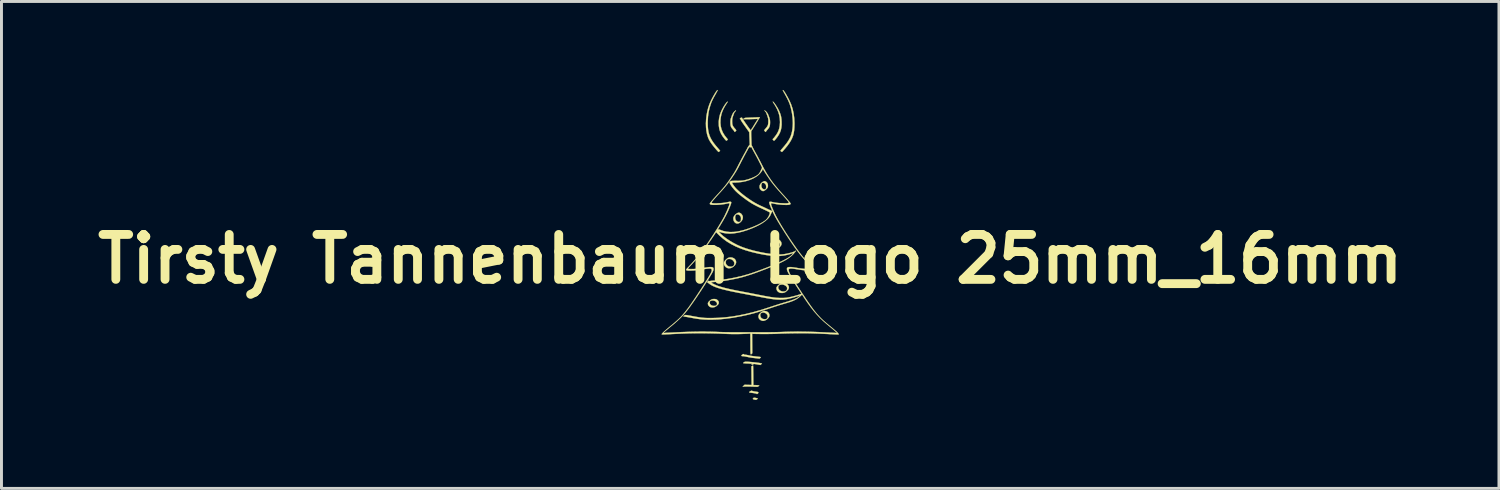
<source format=kicad_pcb>
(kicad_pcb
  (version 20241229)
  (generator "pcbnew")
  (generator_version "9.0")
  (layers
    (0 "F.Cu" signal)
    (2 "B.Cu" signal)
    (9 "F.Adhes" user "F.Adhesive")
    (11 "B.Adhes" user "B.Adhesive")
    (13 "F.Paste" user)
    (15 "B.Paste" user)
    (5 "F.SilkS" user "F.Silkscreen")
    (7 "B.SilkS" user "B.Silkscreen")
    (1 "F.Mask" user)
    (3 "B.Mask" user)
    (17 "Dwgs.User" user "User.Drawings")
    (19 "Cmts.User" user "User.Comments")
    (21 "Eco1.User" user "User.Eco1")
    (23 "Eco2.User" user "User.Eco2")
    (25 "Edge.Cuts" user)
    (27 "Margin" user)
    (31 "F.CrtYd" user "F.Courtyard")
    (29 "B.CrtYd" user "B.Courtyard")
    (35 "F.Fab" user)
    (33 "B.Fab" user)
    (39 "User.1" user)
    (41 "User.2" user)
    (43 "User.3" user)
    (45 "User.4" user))
  (footprint "Tirsty Tannenbaum Logo 25mm_16mm"
    (layer "F.Cu")
    (at 22.396 5.736)
    (property "Reference" "Tirsty Tannenbaum Logo 25mm_16mm" (at 0 0 0) (layer "F.SilkS") (effects (font (size 1.524 1.524) (thickness 0.3))))
    (attr through_hole)
    (fp_poly (pts (xy 0.166 4.707) (xy 0.185 4.711) (xy 0.216 4.717) (xy 0.24 4.724) (xy 0.252 4.728) (xy 0.252 4.729) (xy 0.251 4.737) (xy 0.239 4.749) (xy 0.222 4.762) (xy 0.203 4.772) (xy 0.191 4.774) (xy 0.172 4.772) (xy 0.146 4.767) (xy 0.132 4.764) (xy 0.103 4.755) (xy 0.089 4.745) (xy 0.091 4.733) (xy 0.104 4.718) (xy 0.115 4.708) (xy 0.126 4.704) (xy 0.141 4.704) (xy 0.166 4.707)) (stroke (width 0.01) (type solid)) (fill yes) (layer "F.SilkS"))
    (fp_poly (pts (xy 0.064 4.469) (xy 0.064 4.47) (xy 0.069 4.475) (xy 0.09 4.481) (xy 0.124 4.488) (xy 0.17 4.495) (xy 0.212 4.501) (xy 0.25 4.507) (xy 0.272 4.517) (xy 0.278 4.53) (xy 0.27 4.547) (xy 0.259 4.56) (xy 0.238 4.577) (xy 0.224 4.579) (xy 0.218 4.571) (xy 0.209 4.566) (xy 0.185 4.559) (xy 0.15 4.552) (xy 0.106 4.545) (xy 0.056 4.538) (xy 0.011 4.533) (xy -0.02 4.528) (xy -0.035 4.521) (xy -0.034 4.511) (xy -0.018 4.496) (xy -0.01 4.49) (xy 0.007 4.48) (xy 0.028 4.472) (xy 0.047 4.466) (xy 0.061 4.465) (xy 0.064 4.469)) (stroke (width 0.01) (type solid)) (fill yes) (layer "F.SilkS"))
    (fp_poly (pts (xy 0.096 3.613) (xy 0.097 3.623) (xy 0.098 3.647) (xy 0.099 3.685) (xy 0.1 3.734) (xy 0.101 3.793) (xy 0.102 3.859) (xy 0.103 3.931) (xy 0.103 3.948) (xy 0.106 4.276) (xy 0.186 4.276) (xy 0.224 4.277) (xy 0.257 4.279) (xy 0.281 4.282) (xy 0.287 4.283) (xy 0.308 4.289) (xy 0.283 4.312) (xy 0.255 4.33) (xy 0.233 4.333) (xy 0.217 4.333) (xy 0.186 4.331) (xy 0.146 4.33) (xy 0.098 4.328) (xy 0.047 4.326) (xy -0.01 4.324) (xy -0.066 4.323) (xy -0.118 4.323) (xy -0.161 4.323) (xy -0.186 4.324) (xy -0.258 4.328) (xy -0.226 4.297) (xy -0.193 4.266) (xy -0.073 4.268) (xy 0.047 4.271) (xy 0.043 3.957) (xy 0.04 3.644) (xy 0.066 3.625) (xy 0.084 3.615) (xy 0.095 3.612) (xy 0.096 3.613)) (stroke (width 0.01) (type solid)) (fill yes) (layer "F.SilkS"))
    (fp_poly (pts (xy -0.214 3.226) (xy -0.215 3.231) (xy -0.213 3.239) (xy -0.198 3.243) (xy -0.19 3.243) (xy -0.17 3.245) (xy -0.138 3.249) (xy -0.099 3.256) (xy -0.065 3.263) (xy 0.001 3.277) (xy 0.063 3.288) (xy 0.128 3.297) (xy 0.2 3.306) (xy 0.246 3.311) (xy 0.294 3.316) (xy 0.327 3.32) (xy 0.347 3.324) (xy 0.357 3.329) (xy 0.357 3.336) (xy 0.35 3.345) (xy 0.342 3.354) (xy 0.325 3.369) (xy 0.312 3.377) (xy 0.31 3.377) (xy 0.298 3.376) (xy 0.274 3.373) (xy 0.238 3.369) (xy 0.195 3.364) (xy 0.169 3.361) (xy 0.109 3.354) (xy 0.06 3.348) (xy 0.017 3.341) (xy -0.026 3.334) (xy -0.074 3.324) (xy -0.132 3.312) (xy -0.135 3.311) (xy -0.176 3.303) (xy -0.215 3.297) (xy -0.246 3.294) (xy -0.256 3.294) (xy -0.286 3.291) (xy -0.3 3.283) (xy -0.298 3.27) (xy -0.281 3.251) (xy -0.28 3.251) (xy -0.258 3.235) (xy -0.238 3.225) (xy -0.222 3.222) (xy -0.214 3.226)) (stroke (width 0.01) (type solid)) (fill yes) (layer "F.SilkS"))
    (fp_poly (pts (xy -0.762 -5.339) (xy -0.766 -5.33) (xy -0.778 -5.311) (xy -0.795 -5.284) (xy -0.808 -5.264) (xy -0.868 -5.167) (xy -0.915 -5.077) (xy -0.952 -4.99) (xy -0.979 -4.904) (xy -0.997 -4.815) (xy -1.007 -4.738) (xy -1.011 -4.618) (xy -1 -4.505) (xy -0.974 -4.398) (xy -0.931 -4.296) (xy -0.873 -4.199) (xy -0.805 -4.112) (xy -0.785 -4.088) (xy -0.769 -4.069) (xy -0.762 -4.057) (xy -0.762 -4.057) (xy -0.768 -4.046) (xy -0.782 -4.031) (xy -0.799 -4.018) (xy -0.81 -4.013) (xy -0.819 -4.019) (xy -0.836 -4.036) (xy -0.858 -4.061) (xy -0.878 -4.085) (xy -0.939 -4.166) (xy -0.986 -4.244) (xy -1.022 -4.322) (xy -1.047 -4.404) (xy -1.062 -4.494) (xy -1.066 -4.532) (xy -1.069 -4.657) (xy -1.055 -4.782) (xy -1.025 -4.906) (xy -0.978 -5.027) (xy -0.97 -5.043) (xy -0.943 -5.096) (xy -0.914 -5.149) (xy -0.883 -5.2) (xy -0.852 -5.246) (xy -0.824 -5.284) (xy -0.801 -5.312) (xy -0.788 -5.324) (xy -0.772 -5.335) (xy -0.763 -5.339) (xy -0.762 -5.339)) (stroke (width 0.01) (type solid)) (fill yes) (layer "F.SilkS"))
    (fp_poly (pts (xy 0.956 -0.663) (xy 0.986 -0.648) (xy 1.024 -0.616) (xy 1.049 -0.577) (xy 1.06 -0.535) (xy 1.058 -0.491) (xy 1.042 -0.454) (xy 1.02 -0.426) (xy 0.988 -0.396) (xy 0.953 -0.369) (xy 0.927 -0.354) (xy 0.89 -0.34) (xy 0.847 -0.335) (xy 0.81 -0.338) (xy 0.809 -0.338) (xy 0.758 -0.358) (xy 0.719 -0.387) (xy 0.692 -0.425) (xy 0.679 -0.469) (xy 0.681 -0.513) (xy 0.692 -0.54) (xy 0.695 -0.544) (xy 0.739 -0.544) (xy 0.74 -0.507) (xy 0.753 -0.468) (xy 0.756 -0.462) (xy 0.784 -0.429) (xy 0.823 -0.404) (xy 0.869 -0.391) (xy 0.917 -0.39) (xy 0.954 -0.398) (xy 0.98 -0.415) (xy 0.995 -0.445) (xy 0.999 -0.483) (xy 0.991 -0.528) (xy 0.97 -0.565) (xy 0.937 -0.593) (xy 0.895 -0.612) (xy 0.845 -0.618) (xy 0.8 -0.614) (xy 0.77 -0.601) (xy 0.749 -0.576) (xy 0.739 -0.544) (xy 0.695 -0.544) (xy 0.715 -0.572) (xy 0.745 -0.605) (xy 0.779 -0.634) (xy 0.803 -0.65) (xy 0.852 -0.669) (xy 0.905 -0.674) (xy 0.956 -0.663)) (stroke (width 0.01) (type solid)) (fill yes) (layer "F.SilkS"))
    (fp_poly (pts (xy -0.354 -1.567) (xy -0.316 -1.545) (xy -0.3 -1.53) (xy -0.269 -1.487) (xy -0.252 -1.44) (xy -0.251 -1.391) (xy -0.264 -1.341) (xy -0.291 -1.294) (xy -0.332 -1.251) (xy -0.333 -1.249) (xy -0.377 -1.219) (xy -0.417 -1.204) (xy -0.455 -1.205) (xy -0.491 -1.218) (xy -0.526 -1.245) (xy -0.553 -1.284) (xy -0.569 -1.329) (xy -0.573 -1.377) (xy -0.572 -1.392) (xy -0.571 -1.395) (xy -0.512 -1.395) (xy -0.503 -1.348) (xy -0.481 -1.307) (xy -0.448 -1.276) (xy -0.428 -1.265) (xy -0.394 -1.255) (xy -0.366 -1.258) (xy -0.342 -1.273) (xy -0.329 -1.286) (xy -0.321 -1.301) (xy -0.317 -1.323) (xy -0.315 -1.352) (xy -0.314 -1.389) (xy -0.317 -1.415) (xy -0.326 -1.439) (xy -0.33 -1.447) (xy -0.357 -1.484) (xy -0.393 -1.507) (xy -0.436 -1.515) (xy -0.437 -1.516) (xy -0.466 -1.512) (xy -0.486 -1.498) (xy -0.5 -1.473) (xy -0.509 -1.443) (xy -0.512 -1.395) (xy -0.571 -1.395) (xy -0.556 -1.443) (xy -0.525 -1.49) (xy -0.481 -1.531) (xy -0.43 -1.562) (xy -0.392 -1.573) (xy -0.354 -1.567)) (stroke (width 0.01) (type solid)) (fill yes) (layer "F.SilkS"))
    (fp_poly (pts (xy 0.54 1.769) (xy 0.584 1.789) (xy 0.619 1.82) (xy 0.642 1.86) (xy 0.65 1.895) (xy 0.649 1.932) (xy 0.638 1.966) (xy 0.615 1.999) (xy 0.59 2.025) (xy 0.546 2.061) (xy 0.498 2.085) (xy 0.451 2.097) (xy 0.407 2.095) (xy 0.398 2.092) (xy 0.347 2.069) (xy 0.309 2.038) (xy 0.287 1.998) (xy 0.279 1.953) (xy 0.282 1.92) (xy 0.29 1.896) (xy 0.34 1.896) (xy 0.341 1.919) (xy 0.352 1.965) (xy 0.376 2) (xy 0.413 2.025) (xy 0.461 2.038) (xy 0.493 2.04) (xy 0.525 2.039) (xy 0.547 2.032) (xy 0.563 2.021) (xy 0.581 1.999) (xy 0.59 1.969) (xy 0.59 1.963) (xy 0.588 1.918) (xy 0.569 1.879) (xy 0.536 1.847) (xy 0.513 1.833) (xy 0.466 1.816) (xy 0.423 1.813) (xy 0.386 1.824) (xy 0.359 1.84) (xy 0.344 1.863) (xy 0.34 1.896) (xy 0.29 1.896) (xy 0.292 1.891) (xy 0.311 1.862) (xy 0.342 1.83) (xy 0.347 1.826) (xy 0.387 1.792) (xy 0.425 1.772) (xy 0.464 1.762) (xy 0.489 1.761) (xy 0.54 1.769)) (stroke (width 0.01) (type solid)) (fill yes) (layer "F.SilkS"))
    (fp_poly (pts (xy -0.601 -0.046) (xy -0.556 -0.026) (xy -0.519 0.003) (xy -0.514 0.011) (xy -0.487 0.056) (xy -0.478 0.103) (xy -0.486 0.149) (xy -0.51 0.195) (xy -0.535 0.225) (xy -0.585 0.269) (xy -0.638 0.298) (xy -0.692 0.313) (xy -0.746 0.312) (xy -0.787 0.3) (xy -0.832 0.272) (xy -0.866 0.235) (xy -0.887 0.192) (xy -0.893 0.144) (xy -0.889 0.112) (xy -0.832 0.112) (xy -0.824 0.158) (xy -0.802 0.197) (xy -0.769 0.229) (xy -0.726 0.25) (xy -0.676 0.26) (xy -0.649 0.259) (xy -0.61 0.253) (xy -0.581 0.242) (xy -0.577 0.239) (xy -0.555 0.213) (xy -0.542 0.178) (xy -0.539 0.139) (xy -0.543 0.115) (xy -0.562 0.075) (xy -0.593 0.04) (xy -0.633 0.013) (xy -0.667 0.001) (xy -0.721 -0.005) (xy -0.765 0.003) (xy -0.799 0.022) (xy -0.821 0.054) (xy -0.831 0.097) (xy -0.832 0.112) (xy -0.889 0.112) (xy -0.888 0.108) (xy -0.875 0.081) (xy -0.852 0.049) (xy -0.822 0.016) (xy -0.788 -0.013) (xy -0.756 -0.035) (xy -0.749 -0.038) (xy -0.702 -0.053) (xy -0.651 -0.056) (xy -0.601 -0.046)) (stroke (width 0.01) (type solid)) (fill yes) (layer "F.SilkS"))
    (fp_poly (pts (xy 0.773 -5.337) (xy 0.79 -5.323) (xy 0.811 -5.298) (xy 0.837 -5.265) (xy 0.865 -5.224) (xy 0.894 -5.179) (xy 0.923 -5.132) (xy 0.95 -5.083) (xy 0.973 -5.036) (xy 0.974 -5.036) (xy 1.007 -4.959) (xy 1.032 -4.888) (xy 1.049 -4.817) (xy 1.059 -4.74) (xy 1.064 -4.659) (xy 1.065 -4.552) (xy 1.056 -4.458) (xy 1.038 -4.372) (xy 1.009 -4.291) (xy 0.968 -4.212) (xy 0.914 -4.132) (xy 0.876 -4.083) (xy 0.852 -4.054) (xy 0.831 -4.031) (xy 0.816 -4.017) (xy 0.81 -4.013) (xy 0.796 -4.019) (xy 0.781 -4.03) (xy 0.765 -4.051) (xy 0.765 -4.069) (xy 0.776 -4.082) (xy 0.794 -4.099) (xy 0.817 -4.127) (xy 0.844 -4.162) (xy 0.872 -4.199) (xy 0.897 -4.236) (xy 0.916 -4.267) (xy 0.919 -4.271) (xy 0.958 -4.352) (xy 0.985 -4.436) (xy 1.002 -4.527) (xy 1.009 -4.628) (xy 1.009 -4.649) (xy 1.003 -4.762) (xy 0.986 -4.871) (xy 0.955 -4.977) (xy 0.911 -5.083) (xy 0.853 -5.192) (xy 0.807 -5.265) (xy 0.788 -5.295) (xy 0.773 -5.319) (xy 0.765 -5.335) (xy 0.764 -5.339) (xy 0.773 -5.337)) (stroke (width 0.01) (type solid)) (fill yes) (layer "F.SilkS"))
    (fp_poly (pts (xy -1.195 1.356) (xy -1.159 1.363) (xy -1.149 1.366) (xy -1.126 1.38) (xy -1.102 1.4) (xy -1.094 1.409) (xy -1.076 1.433) (xy -1.068 1.457) (xy -1.067 1.478) (xy -1.068 1.501) (xy -1.074 1.519) (xy -1.088 1.538) (xy -1.106 1.558) (xy -1.156 1.602) (xy -1.21 1.63) (xy -1.267 1.642) (xy -1.325 1.637) (xy -1.345 1.632) (xy -1.382 1.613) (xy -1.411 1.584) (xy -1.43 1.55) (xy -1.437 1.513) (xy -1.431 1.481) (xy -1.416 1.459) (xy -1.416 1.458) (xy -1.376 1.458) (xy -1.375 1.495) (xy -1.361 1.529) (xy -1.334 1.557) (xy -1.298 1.577) (xy -1.256 1.588) (xy -1.209 1.589) (xy -1.175 1.583) (xy -1.147 1.57) (xy -1.131 1.549) (xy -1.126 1.516) (xy -1.126 1.513) (xy -1.134 1.48) (xy -1.155 1.451) (xy -1.187 1.428) (xy -1.226 1.412) (xy -1.269 1.405) (xy -1.312 1.409) (xy -1.342 1.418) (xy -1.364 1.431) (xy -1.374 1.45) (xy -1.376 1.458) (xy -1.416 1.458) (xy -1.392 1.432) (xy -1.362 1.404) (xy -1.331 1.381) (xy -1.309 1.368) (xy -1.278 1.359) (xy -1.237 1.355) (xy -1.195 1.356)) (stroke (width 0.01) (type solid)) (fill yes) (layer "F.SilkS"))
    (fp_poly (pts (xy 0.517 -2.634) (xy 0.551 -2.613) (xy 0.579 -2.581) (xy 0.58 -2.578) (xy 0.595 -2.542) (xy 0.601 -2.5) (xy 0.6 -2.458) (xy 0.589 -2.424) (xy 0.589 -2.423) (xy 0.57 -2.396) (xy 0.541 -2.366) (xy 0.509 -2.339) (xy 0.479 -2.319) (xy 0.472 -2.316) (xy 0.45 -2.307) (xy 0.435 -2.304) (xy 0.419 -2.308) (xy 0.397 -2.317) (xy 0.393 -2.319) (xy 0.357 -2.344) (xy 0.332 -2.379) (xy 0.318 -2.42) (xy 0.316 -2.466) (xy 0.322 -2.488) (xy 0.375 -2.488) (xy 0.383 -2.447) (xy 0.4 -2.411) (xy 0.426 -2.382) (xy 0.458 -2.366) (xy 0.481 -2.362) (xy 0.509 -2.366) (xy 0.526 -2.376) (xy 0.532 -2.391) (xy 0.537 -2.417) (xy 0.54 -2.441) (xy 0.537 -2.491) (xy 0.522 -2.532) (xy 0.498 -2.562) (xy 0.465 -2.58) (xy 0.436 -2.584) (xy 0.413 -2.583) (xy 0.399 -2.576) (xy 0.389 -2.56) (xy 0.38 -2.532) (xy 0.38 -2.53) (xy 0.375 -2.488) (xy 0.322 -2.488) (xy 0.327 -2.511) (xy 0.35 -2.553) (xy 0.358 -2.563) (xy 0.385 -2.589) (xy 0.417 -2.613) (xy 0.448 -2.631) (xy 0.474 -2.641) (xy 0.481 -2.642) (xy 0.517 -2.634)) (stroke (width 0.01) (type solid)) (fill yes) (layer "F.SilkS"))
    (fp_poly (pts (xy -0.108 3.483) (xy -0.059 3.486) (xy -0.002 3.49) (xy 0.06 3.496) (xy 0.124 3.502) (xy 0.187 3.509) (xy 0.246 3.516) (xy 0.299 3.523) (xy 0.343 3.53) (xy 0.373 3.537) (xy 0.375 3.537) (xy 0.399 3.544) (xy 0.373 3.568) (xy 0.347 3.593) (xy 0.269 3.579) (xy 0.216 3.57) (xy 0.176 3.563) (xy 0.149 3.559) (xy 0.13 3.558) (xy 0.117 3.56) (xy 0.107 3.564) (xy 0.099 3.571) (xy 0.095 3.574) (xy 0.08 3.587) (xy 0.078 3.588) (xy 0.086 3.578) (xy 0.088 3.575) (xy 0.097 3.562) (xy 0.095 3.556) (xy 0.095 3.556) (xy 0.082 3.562) (xy 0.08 3.564) (xy 0.069 3.575) (xy 0.057 3.583) (xy 0.044 3.589) (xy 0.044 3.586) (xy 0.053 3.575) (xy 0.063 3.562) (xy 0.061 3.556) (xy 0.055 3.553) (xy 0.042 3.551) (xy 0.016 3.548) (xy -0.021 3.546) (xy -0.066 3.544) (xy -0.101 3.542) (xy -0.156 3.54) (xy -0.195 3.537) (xy -0.221 3.534) (xy -0.235 3.531) (xy -0.24 3.527) (xy -0.24 3.526) (xy -0.227 3.51) (xy -0.205 3.496) (xy -0.179 3.485) (xy -0.17 3.484) (xy -0.146 3.482) (xy -0.108 3.483)) (stroke (width 0.01) (type solid)) (fill yes) (layer "F.SilkS"))
    (fp_poly (pts (xy 0.49 -5.04) (xy 0.507 -5.029) (xy 0.528 -5.012) (xy 0.554 -4.986) (xy 0.576 -4.958) (xy 0.596 -4.925) (xy 0.615 -4.882) (xy 0.636 -4.828) (xy 0.641 -4.813) (xy 0.655 -4.77) (xy 0.664 -4.736) (xy 0.67 -4.706) (xy 0.672 -4.674) (xy 0.673 -4.636) (xy 0.671 -4.575) (xy 0.664 -4.526) (xy 0.651 -4.484) (xy 0.63 -4.446) (xy 0.599 -4.406) (xy 0.589 -4.394) (xy 0.565 -4.367) (xy 0.546 -4.343) (xy 0.535 -4.326) (xy 0.533 -4.321) (xy 0.53 -4.311) (xy 0.518 -4.314) (xy 0.498 -4.332) (xy 0.497 -4.333) (xy 0.482 -4.351) (xy 0.474 -4.364) (xy 0.474 -4.366) (xy 0.479 -4.376) (xy 0.494 -4.395) (xy 0.515 -4.42) (xy 0.529 -4.436) (xy 0.563 -4.477) (xy 0.587 -4.514) (xy 0.602 -4.553) (xy 0.61 -4.597) (xy 0.613 -4.652) (xy 0.613 -4.674) (xy 0.613 -4.715) (xy 0.611 -4.747) (xy 0.605 -4.776) (xy 0.596 -4.809) (xy 0.583 -4.85) (xy 0.581 -4.856) (xy 0.564 -4.902) (xy 0.552 -4.935) (xy 0.542 -4.959) (xy 0.533 -4.977) (xy 0.523 -4.991) (xy 0.51 -5.005) (xy 0.505 -5.01) (xy 0.488 -5.03) (xy 0.484 -5.04) (xy 0.49 -5.04)) (stroke (width 0.01) (type solid)) (fill yes) (layer "F.SilkS"))
    (fp_poly (pts (xy 1.174 0.816) (xy 1.209 0.826) (xy 1.252 0.851) (xy 1.284 0.884) (xy 1.305 0.922) (xy 1.312 0.963) (xy 1.305 1.003) (xy 1.3 1.015) (xy 1.283 1.039) (xy 1.256 1.068) (xy 1.224 1.096) (xy 1.191 1.121) (xy 1.166 1.135) (xy 1.129 1.146) (xy 1.083 1.151) (xy 1.037 1.149) (xy 0.998 1.141) (xy 0.991 1.138) (xy 0.947 1.112) (xy 0.914 1.077) (xy 0.895 1.036) (xy 0.889 0.992) (xy 0.896 0.958) (xy 0.948 0.958) (xy 0.956 1.001) (xy 0.978 1.038) (xy 1.011 1.068) (xy 1.052 1.089) (xy 1.101 1.1) (xy 1.153 1.099) (xy 1.186 1.092) (xy 1.219 1.077) (xy 1.24 1.052) (xy 1.25 1.016) (xy 1.251 1.01) (xy 1.251 0.979) (xy 1.244 0.955) (xy 1.235 0.94) (xy 1.208 0.912) (xy 1.17 0.888) (xy 1.128 0.871) (xy 1.087 0.864) (xy 1.084 0.864) (xy 1.03 0.869) (xy 0.99 0.883) (xy 0.963 0.908) (xy 0.95 0.941) (xy 0.948 0.958) (xy 0.896 0.958) (xy 0.897 0.953) (xy 0.912 0.929) (xy 0.937 0.901) (xy 0.968 0.873) (xy 1.002 0.848) (xy 1.029 0.833) (xy 1.074 0.818) (xy 1.125 0.813) (xy 1.174 0.816)) (stroke (width 0.01) (type solid)) (fill yes) (layer "F.SilkS"))
    (fp_poly (pts (xy -0.485 -5.034) (xy -0.498 -5.018) (xy -0.505 -5.01) (xy -0.519 -4.995) (xy -0.53 -4.982) (xy -0.539 -4.966) (xy -0.549 -4.944) (xy -0.56 -4.914) (xy -0.575 -4.873) (xy -0.581 -4.856) (xy -0.595 -4.813) (xy -0.605 -4.78) (xy -0.61 -4.751) (xy -0.613 -4.719) (xy -0.614 -4.68) (xy -0.614 -4.674) (xy -0.612 -4.615) (xy -0.606 -4.567) (xy -0.593 -4.527) (xy -0.572 -4.49) (xy -0.541 -4.449) (xy -0.529 -4.435) (xy -0.505 -4.408) (xy -0.487 -4.385) (xy -0.476 -4.369) (xy -0.474 -4.364) (xy -0.48 -4.353) (xy -0.493 -4.337) (xy -0.51 -4.321) (xy -0.523 -4.311) (xy -0.528 -4.31) (xy -0.533 -4.316) (xy -0.533 -4.321) (xy -0.539 -4.332) (xy -0.553 -4.352) (xy -0.574 -4.378) (xy -0.588 -4.394) (xy -0.621 -4.434) (xy -0.645 -4.47) (xy -0.66 -4.507) (xy -0.669 -4.55) (xy -0.672 -4.603) (xy -0.673 -4.636) (xy -0.672 -4.68) (xy -0.669 -4.714) (xy -0.664 -4.744) (xy -0.656 -4.774) (xy -0.646 -4.801) (xy -0.626 -4.856) (xy -0.609 -4.899) (xy -0.593 -4.931) (xy -0.578 -4.957) (xy -0.562 -4.978) (xy -0.542 -4.998) (xy -0.535 -5.004) (xy -0.51 -5.026) (xy -0.493 -5.038) (xy -0.484 -5.041) (xy -0.485 -5.034)) (stroke (width 0.01) (type solid)) (fill yes) (layer "F.SilkS"))
    (fp_poly (pts (xy -1.104 -5.73) (xy -1.107 -5.722) (xy -1.116 -5.701) (xy -1.132 -5.67) (xy -1.152 -5.633) (xy -1.171 -5.599) (xy -1.21 -5.53) (xy -1.242 -5.473) (xy -1.267 -5.423) (xy -1.289 -5.379) (xy -1.307 -5.337) (xy -1.324 -5.295) (xy -1.332 -5.274) (xy -1.378 -5.132) (xy -1.411 -4.987) (xy -1.432 -4.834) (xy -1.441 -4.672) (xy -1.442 -4.623) (xy -1.439 -4.5) (xy -1.429 -4.39) (xy -1.411 -4.29) (xy -1.384 -4.197) (xy -1.346 -4.108) (xy -1.298 -4.021) (xy -1.237 -3.932) (xy -1.162 -3.838) (xy -1.139 -3.811) (xy -1.109 -3.776) (xy -1.081 -3.744) (xy -1.058 -3.717) (xy -1.044 -3.699) (xy -1.042 -3.697) (xy -1.021 -3.672) (xy -1.045 -3.652) (xy -1.062 -3.639) (xy -1.074 -3.632) (xy -1.075 -3.632) (xy -1.083 -3.638) (xy -1.099 -3.655) (xy -1.122 -3.68) (xy -1.15 -3.71) (xy -1.157 -3.719) (xy -1.226 -3.8) (xy -1.283 -3.872) (xy -1.33 -3.937) (xy -1.369 -3.998) (xy -1.401 -4.056) (xy -1.427 -4.114) (xy -1.431 -4.126) (xy -1.464 -4.231) (xy -1.487 -4.347) (xy -1.5 -4.472) (xy -1.504 -4.603) (xy -1.497 -4.737) (xy -1.482 -4.872) (xy -1.457 -5.006) (xy -1.424 -5.136) (xy -1.381 -5.26) (xy -1.332 -5.371) (xy -1.295 -5.444) (xy -1.258 -5.513) (xy -1.223 -5.574) (xy -1.191 -5.627) (xy -1.163 -5.671) (xy -1.139 -5.703) (xy -1.12 -5.724) (xy -1.108 -5.731) (xy -1.104 -5.73)) (stroke (width 0.01) (type solid)) (fill yes) (layer "F.SilkS"))
    (fp_poly (pts (xy 1.114 -5.729) (xy 1.13 -5.714) (xy 1.151 -5.688) (xy 1.176 -5.652) (xy 1.204 -5.607) (xy 1.233 -5.556) (xy 1.264 -5.501) (xy 1.295 -5.443) (xy 1.325 -5.384) (xy 1.352 -5.325) (xy 1.376 -5.27) (xy 1.393 -5.228) (xy 1.439 -5.086) (xy 1.472 -4.937) (xy 1.492 -4.78) (xy 1.501 -4.614) (xy 1.501 -4.585) (xy 1.498 -4.469) (xy 1.49 -4.365) (xy 1.474 -4.269) (xy 1.451 -4.18) (xy 1.418 -4.095) (xy 1.375 -4.011) (xy 1.322 -3.926) (xy 1.256 -3.837) (xy 1.178 -3.742) (xy 1.159 -3.721) (xy 1.131 -3.689) (xy 1.106 -3.662) (xy 1.087 -3.642) (xy 1.077 -3.633) (xy 1.075 -3.632) (xy 1.065 -3.637) (xy 1.048 -3.649) (xy 1.047 -3.65) (xy 1.032 -3.663) (xy 1.025 -3.673) (xy 1.024 -3.673) (xy 1.03 -3.681) (xy 1.044 -3.699) (xy 1.066 -3.726) (xy 1.093 -3.757) (xy 1.105 -3.771) (xy 1.181 -3.861) (xy 1.245 -3.943) (xy 1.297 -4.02) (xy 1.339 -4.094) (xy 1.373 -4.168) (xy 1.398 -4.245) (xy 1.418 -4.327) (xy 1.432 -4.416) (xy 1.44 -4.492) (xy 1.445 -4.609) (xy 1.44 -4.736) (xy 1.428 -4.866) (xy 1.407 -4.997) (xy 1.379 -5.122) (xy 1.345 -5.238) (xy 1.325 -5.292) (xy 1.294 -5.365) (xy 1.252 -5.451) (xy 1.2 -5.549) (xy 1.15 -5.637) (xy 1.131 -5.672) (xy 1.116 -5.701) (xy 1.106 -5.721) (xy 1.104 -5.73) (xy 1.104 -5.73) (xy 1.114 -5.729)) (stroke (width 0.01) (type solid)) (fill yes) (layer "F.SilkS"))
    (fp_poly (pts (xy 0.313 -4.808) (xy 0.323 -4.806) (xy 0.326 -4.802) (xy 0.324 -4.796) (xy 0.322 -4.793) (xy 0.312 -4.779) (xy 0.305 -4.775) (xy 0.297 -4.769) (xy 0.296 -4.767) (xy 0.292 -4.757) (xy 0.28 -4.736) (xy 0.262 -4.704) (xy 0.239 -4.665) (xy 0.213 -4.622) (xy 0.184 -4.575) (xy 0.155 -4.528) (xy 0.127 -4.483) (xy 0.101 -4.441) (xy 0.079 -4.407) (xy 0.062 -4.38) (xy 0.051 -4.365) (xy 0.05 -4.364) (xy 0.044 -4.357) (xy 0.039 -4.35) (xy 0.036 -4.341) (xy 0.033 -4.328) (xy 0.032 -4.308) (xy 0.032 -4.281) (xy 0.032 -4.243) (xy 0.033 -4.194) (xy 0.035 -4.131) (xy 0.037 -4.085) (xy 0.044 -3.865) (xy 0.091 -3.772) (xy 0.112 -3.731) (xy 0.138 -3.681) (xy 0.168 -3.627) (xy 0.197 -3.573) (xy 0.212 -3.548) (xy 0.237 -3.502) (xy 0.267 -3.445) (xy 0.301 -3.381) (xy 0.336 -3.315) (xy 0.37 -3.248) (xy 0.389 -3.211) (xy 0.463 -3.07) (xy 0.536 -2.94) (xy 0.612 -2.816) (xy 0.692 -2.697) (xy 0.778 -2.579) (xy 0.873 -2.46) (xy 0.977 -2.337) (xy 1.084 -2.217) (xy 1.157 -2.137) (xy 1.219 -2.068) (xy 1.269 -2.01) (xy 1.309 -1.963) (xy 1.339 -1.927) (xy 1.359 -1.9) (xy 1.37 -1.883) (xy 1.372 -1.877) (xy 1.365 -1.864) (xy 1.348 -1.851) (xy 1.347 -1.85) (xy 1.322 -1.843) (xy 1.284 -1.838) (xy 1.234 -1.836) (xy 1.175 -1.837) (xy 1.11 -1.839) (xy 1.042 -1.844) (xy 0.974 -1.851) (xy 0.907 -1.859) (xy 0.845 -1.87) (xy 0.811 -1.877) (xy 0.767 -1.886) (xy 0.738 -1.89) (xy 0.719 -1.89) (xy 0.709 -1.886) (xy 0.705 -1.876) (xy 0.704 -1.873) (xy 0.706 -1.856) (xy 0.715 -1.826) (xy 0.729 -1.785) (xy 0.748 -1.735) (xy 0.771 -1.68) (xy 0.797 -1.62) (xy 0.825 -1.558) (xy 0.851 -1.503) (xy 0.887 -1.433) (xy 0.931 -1.352) (xy 0.983 -1.261) (xy 1.041 -1.162) (xy 1.105 -1.057) (xy 1.173 -0.949) (xy 1.243 -0.839) (xy 1.315 -0.729) (xy 1.383 -0.627) (xy 1.467 -0.505) (xy 1.543 -0.396) (xy 1.614 -0.297) (xy 1.682 -0.207) (xy 1.747 -0.123) (xy 1.811 -0.043) (xy 1.877 0.034) (xy 1.945 0.11) (xy 2.018 0.189) (xy 2.085 0.259) (xy 2.125 0.301) (xy 2.152 0.333) (xy 2.166 0.357) (xy 2.167 0.374) (xy 2.154 0.384) (xy 2.125 0.39) (xy 2.082 0.392) (xy 2.022 0.392) (xy 2.014 0.392) (xy 1.962 0.391) (xy 1.91 0.388) (xy 1.857 0.384) (xy 1.799 0.377) (xy 1.732 0.369) (xy 1.655 0.357) (xy 1.587 0.346) (xy 1.514 0.335) (xy 1.454 0.327) (xy 1.408 0.323) (xy 1.373 0.323) (xy 1.347 0.326) (xy 1.328 0.332) (xy 1.322 0.336) (xy 1.31 0.347) (xy 1.305 0.361) (xy 1.305 0.385) (xy 1.306 0.389) (xy 1.312 0.417) (xy 1.324 0.453) (xy 1.34 0.488) (xy 1.359 0.524) (xy 1.387 0.572) (xy 1.423 0.631) (xy 1.465 0.7) (xy 1.514 0.778) (xy 1.568 0.863) (xy 1.626 0.954) (xy 1.688 1.049) (xy 1.752 1.147) (xy 1.81 1.233) (xy 1.893 1.357) (xy 1.968 1.467) (xy 2.037 1.566) (xy 2.1 1.654) (xy 2.159 1.732) (xy 2.214 1.802) (xy 2.267 1.866) (xy 2.319 1.925) (xy 2.37 1.979) (xy 2.402 2.012) (xy 2.426 2.036) (xy 2.451 2.059) (xy 2.477 2.083) (xy 2.508 2.11) (xy 2.543 2.141) (xy 2.585 2.176) (xy 2.635 2.218) (xy 2.695 2.268) (xy 2.766 2.326) (xy 2.799 2.353) (xy 2.858 2.403) (xy 2.908 2.447) (xy 2.948 2.484) (xy 2.978 2.515) (xy 2.997 2.537) (xy 3.003 2.551) (xy 3.003 2.552) (xy 2.993 2.557) (xy 2.969 2.559) (xy 2.95 2.559) (xy 2.928 2.558) (xy 2.893 2.556) (xy 2.845 2.554) (xy 2.79 2.551) (xy 2.727 2.548) (xy 2.662 2.545) (xy 2.654 2.544) (xy 2.511 2.537) (xy 2.381 2.531) (xy 2.264 2.526) (xy 2.156 2.523) (xy 2.056 2.52) (xy 1.96 2.518) (xy 1.866 2.516) (xy 1.771 2.516) (xy 1.674 2.516) (xy 1.572 2.517) (xy 1.524 2.517) (xy 1.437 2.519) (xy 1.349 2.52) (xy 1.262 2.522) (xy 1.18 2.524) (xy 1.105 2.526) (xy 1.04 2.528) (xy 0.988 2.53) (xy 0.969 2.531) (xy 0.837 2.537) (xy 0.694 2.54) (xy 0.545 2.542) (xy 0.397 2.542) (xy 0.255 2.54) (xy 0.242 2.54) (xy 0.064 2.536) (xy 0.069 3.196) (xy 0.049 3.214) (xy 0.039 3.224) (xy 0.03 3.231) (xy 0.023 3.233) (xy 0.018 3.23) (xy 0.014 3.22) (xy 0.011 3.201) (xy 0.009 3.172) (xy 0.008 3.132) (xy 0.007 3.078) (xy 0.007 3.01) (xy 0.006 2.949) (xy 0.006 2.877) (xy 0.006 2.807) (xy 0.005 2.742) (xy 0.005 2.685) (xy 0.005 2.638) (xy 0.004 2.603) (xy 0.004 2.589) (xy 0.004 2.555) (xy 0.001 2.535) (xy -0.003 2.527) (xy -0.007 2.527) (xy -0.018 2.529) (xy -0.044 2.53) (xy -0.082 2.532) (xy -0.131 2.535) (xy -0.187 2.537) (xy -0.25 2.539) (xy -0.269 2.54) (xy -0.349 2.543) (xy -0.422 2.544) (xy -0.491 2.545) (xy -0.56 2.545) (xy -0.63 2.544) (xy -0.706 2.542) (xy -0.789 2.539) (xy -0.885 2.535) (xy -0.969 2.531) (xy -1.015 2.529) (xy -1.075 2.527) (xy -1.146 2.525) (xy -1.225 2.523) (xy -1.31 2.521) (xy -1.398 2.519) (xy -1.486 2.518) (xy -1.524 2.517) (xy -1.629 2.516) (xy -1.729 2.516) (xy -1.824 2.516) (xy -1.918 2.517) (xy -2.012 2.519) (xy -2.111 2.521) (xy -2.215 2.525) (xy -2.328 2.529) (xy -2.451 2.534) (xy -2.588 2.541) (xy -2.654 2.544) (xy -2.72 2.548) (xy -2.782 2.551) (xy -2.839 2.554) (xy -2.888 2.556) (xy -2.925 2.558) (xy -2.948 2.559) (xy -2.95 2.559) (xy -2.982 2.559) (xy -3 2.555) (xy -3.003 2.551) (xy -2.999 2.539) (xy -2.981 2.518) (xy -2.974 2.511) (xy -2.943 2.511) (xy -2.94 2.511) (xy -2.928 2.509) (xy -2.904 2.507) (xy -2.869 2.504) (xy -2.829 2.502) (xy -2.827 2.502) (xy -2.782 2.5) (xy -2.726 2.497) (xy -2.664 2.494) (xy -2.602 2.491) (xy -2.561 2.489) (xy -2.332 2.478) (xy -2.117 2.47) (xy -1.915 2.465) (xy -1.723 2.462) (xy -1.539 2.462) (xy -1.362 2.464) (xy -1.188 2.469) (xy -1.084 2.473) (xy -1.013 2.476) (xy -0.929 2.479) (xy -0.837 2.481) (xy -0.74 2.482) (xy -0.642 2.484) (xy -0.548 2.484) (xy -0.483 2.484) (xy -0.401 2.484) (xy -0.319 2.484) (xy -0.239 2.484) (xy -0.165 2.484) (xy -0.099 2.484) (xy -0.043 2.484) (xy -0.002 2.484) (xy 0 2.484) (xy 0.041 2.484) (xy 0.095 2.484) (xy 0.161 2.484) (xy 0.235 2.484) (xy 0.315 2.484) (xy 0.397 2.484) (xy 0.478 2.484) (xy 0.483 2.484) (xy 0.571 2.484) (xy 0.666 2.483) (xy 0.764 2.482) (xy 0.861 2.48) (xy 0.951 2.478) (xy 1.032 2.475) (xy 1.084 2.473) (xy 1.257 2.467) (xy 1.433 2.463) (xy 1.614 2.462) (xy 1.802 2.463) (xy 1.999 2.467) (xy 2.208 2.473) (xy 2.43 2.483) (xy 2.561 2.489) (xy 2.621 2.492) (xy 2.684 2.495) (xy 2.745 2.498) (xy 2.798 2.5) (xy 2.827 2.502) (xy 2.867 2.504) (xy 2.902 2.506) (xy 2.927 2.509) (xy 2.939 2.511) (xy 2.939 2.511) (xy 2.943 2.509) (xy 2.941 2.502) (xy 2.939 2.498) (xy 2.934 2.493) (xy 2.926 2.484) (xy 2.913 2.472) (xy 2.895 2.456) (xy 2.87 2.435) (xy 2.837 2.407) (xy 2.796 2.372) (xy 2.745 2.329) (xy 2.683 2.278) (xy 2.609 2.216) (xy 2.599 2.208) (xy 2.483 2.107) (xy 2.372 2.002) (xy 2.266 1.89) (xy 2.162 1.771) (xy 2.06 1.642) (xy 1.957 1.501) (xy 1.851 1.347) (xy 1.825 1.306) (xy 1.758 1.203) (xy 1.702 1.256) (xy 1.661 1.293) (xy 1.62 1.325) (xy 1.577 1.355) (xy 1.531 1.381) (xy 1.478 1.406) (xy 1.418 1.431) (xy 1.348 1.456) (xy 1.265 1.482) (xy 1.169 1.51) (xy 1.149 1.516) (xy 1.098 1.531) (xy 1.034 1.55) (xy 0.961 1.573) (xy 0.882 1.598) (xy 0.799 1.625) (xy 0.718 1.652) (xy 0.656 1.672) (xy 0.527 1.715) (xy 0.412 1.752) (xy 0.306 1.785) (xy 0.209 1.814) (xy 0.116 1.841) (xy 0.025 1.864) (xy -0.066 1.887) (xy -0.161 1.908) (xy -0.262 1.93) (xy -0.343 1.946) (xy -0.596 1.992) (xy -0.841 2.025) (xy -1.076 2.047) (xy -1.302 2.056) (xy -1.465 2.055) (xy -1.555 2.051) (xy -1.638 2.046) (xy -1.718 2.037) (xy -1.801 2.026) (xy -1.892 2.011) (xy -1.962 1.998) (xy -2.016 1.988) (xy -2.072 1.978) (xy -2.124 1.969) (xy -2.168 1.962) (xy -2.179 1.96) (xy -2.215 1.955) (xy -2.243 1.95) (xy -2.262 1.946) (xy -2.266 1.945) (xy -2.263 1.938) (xy -2.249 1.924) (xy -2.242 1.918) (xy -2.231 1.909) (xy -2.22 1.903) (xy -2.206 1.9) (xy -2.187 1.899) (xy -2.161 1.901) (xy -2.125 1.906) (xy -2.078 1.914) (xy -2.017 1.926) (xy -2.007 1.928) (xy -1.911 1.945) (xy -1.83 1.96) (xy -1.76 1.971) (xy -1.698 1.981) (xy -1.643 1.988) (xy -1.591 1.993) (xy -1.54 1.997) (xy -1.487 1.999) (xy -1.429 2) (xy -1.365 2.001) (xy -1.312 2.001) (xy -1.085 1.995) (xy -0.855 1.978) (xy -0.622 1.951) (xy -0.383 1.911) (xy -0.137 1.86) (xy 0.116 1.797) (xy 0.378 1.723) (xy 0.631 1.642) (xy 0.714 1.614) (xy 0.803 1.585) (xy 0.893 1.556) (xy 0.982 1.528) (xy 1.065 1.502) (xy 1.139 1.48) (xy 1.192 1.464) (xy 1.298 1.432) (xy 1.388 1.403) (xy 1.465 1.376) (xy 1.528 1.35) (xy 1.581 1.326) (xy 1.623 1.301) (xy 1.656 1.276) (xy 1.677 1.256) (xy 1.689 1.242) (xy 1.69 1.237) (xy 1.682 1.239) (xy 1.668 1.244) (xy 1.641 1.252) (xy 1.606 1.263) (xy 1.564 1.275) (xy 1.555 1.278) (xy 1.467 1.304) (xy 1.386 1.326) (xy 1.311 1.344) (xy 1.239 1.358) (xy 1.169 1.368) (xy 1.1 1.375) (xy 1.029 1.377) (xy 0.955 1.376) (xy 0.875 1.371) (xy 0.789 1.362) (xy 0.694 1.349) (xy 0.589 1.332) (xy 0.473 1.311) (xy 0.342 1.286) (xy 0.258 1.27) (xy 0.18 1.255) (xy 0.091 1.238) (xy -0.004 1.219) (xy -0.1 1.201) (xy -0.192 1.183) (xy -0.271 1.168) (xy -0.431 1.138) (xy -0.574 1.109) (xy -0.703 1.082) (xy -0.819 1.055) (xy -0.922 1.03) (xy -1.013 1.005) (xy -1.094 0.98) (xy -1.166 0.955) (xy -1.229 0.93) (xy -1.284 0.904) (xy -1.334 0.876) (xy -1.378 0.847) (xy -1.418 0.817) (xy -1.431 0.806) (xy -1.45 0.789) (xy -1.333 0.789) (xy -1.312 0.806) (xy -1.285 0.825) (xy -1.245 0.846) (xy -1.197 0.869) (xy -1.144 0.892) (xy -1.09 0.913) (xy -1.054 0.925) (xy -0.989 0.945) (xy -0.92 0.965) (xy -0.843 0.985) (xy -0.759 1.005) (xy -0.664 1.027) (xy -0.559 1.049) (xy -0.441 1.073) (xy -0.308 1.099) (xy -0.212 1.117) (xy -0.128 1.133) (xy -0.033 1.151) (xy 0.067 1.171) (xy 0.168 1.19) (xy 0.263 1.209) (xy 0.342 1.224) (xy 0.453 1.246) (xy 0.55 1.264) (xy 0.635 1.279) (xy 0.709 1.291) (xy 0.774 1.301) (xy 0.832 1.308) (xy 0.886 1.314) (xy 0.937 1.317) (xy 0.987 1.319) (xy 1.038 1.32) (xy 1.038 1.32) (xy 1.109 1.32) (xy 1.169 1.317) (xy 1.222 1.313) (xy 1.274 1.305) (xy 1.284 1.304) (xy 1.329 1.295) (xy 1.38 1.284) (xy 1.435 1.271) (xy 1.491 1.256) (xy 1.547 1.241) (xy 1.6 1.226) (xy 1.648 1.211) (xy 1.687 1.198) (xy 1.716 1.187) (xy 1.733 1.179) (xy 1.736 1.176) (xy 1.731 1.167) (xy 1.718 1.146) (xy 1.699 1.116) (xy 1.675 1.08) (xy 1.648 1.039) (xy 1.613 0.987) (xy 1.573 0.927) (xy 1.531 0.861) (xy 1.488 0.793) (xy 1.445 0.724) (xy 1.403 0.656) (xy 1.364 0.593) (xy 1.331 0.537) (xy 1.303 0.49) (xy 1.283 0.454) (xy 1.281 0.451) (xy 1.258 0.4) (xy 1.246 0.357) (xy 1.244 0.322) (xy 1.251 0.3) (xy 1.268 0.285) (xy 1.297 0.275) (xy 1.337 0.272) (xy 1.391 0.273) (xy 1.458 0.281) (xy 1.531 0.292) (xy 1.65 0.311) (xy 1.754 0.324) (xy 1.848 0.334) (xy 1.933 0.339) (xy 1.982 0.34) (xy 2.036 0.34) (xy 2.075 0.338) (xy 2.098 0.333) (xy 2.107 0.324) (xy 2.102 0.308) (xy 2.084 0.284) (xy 2.053 0.252) (xy 2.038 0.236) (xy 1.96 0.153) (xy 1.877 0.062) (xy 1.795 -0.033) (xy 1.715 -0.127) (xy 1.642 -0.218) (xy 1.579 -0.301) (xy 1.522 -0.378) (xy 1.461 -0.465) (xy 1.395 -0.561) (xy 1.327 -0.662) (xy 1.258 -0.767) (xy 1.188 -0.874) (xy 1.12 -0.982) (xy 1.054 -1.086) (xy 0.992 -1.187) (xy 0.935 -1.282) (xy 0.885 -1.368) (xy 0.843 -1.443) (xy 0.82 -1.486) (xy 0.795 -1.537) (xy 0.768 -1.593) (xy 0.742 -1.652) (xy 0.716 -1.71) (xy 0.693 -1.766) (xy 0.674 -1.816) (xy 0.658 -1.859) (xy 0.648 -1.892) (xy 0.643 -1.913) (xy 0.643 -1.914) (xy 0.649 -1.934) (xy 0.666 -1.944) (xy 0.696 -1.944) (xy 0.735 -1.936) (xy 0.805 -1.92) (xy 0.889 -1.907) (xy 0.985 -1.898) (xy 1.089 -1.891) (xy 1.111 -1.891) (xy 1.178 -1.889) (xy 1.229 -1.89) (xy 1.267 -1.892) (xy 1.292 -1.898) (xy 1.307 -1.906) (xy 1.312 -1.916) (xy 1.312 -1.919) (xy 1.307 -1.93) (xy 1.29 -1.953) (xy 1.263 -1.986) (xy 1.227 -2.029) (xy 1.182 -2.08) (xy 1.129 -2.14) (xy 1.069 -2.205) (xy 1.046 -2.231) (xy 0.959 -2.327) (xy 0.88 -2.418) (xy 0.809 -2.502) (xy 0.749 -2.578) (xy 0.722 -2.614) (xy 0.694 -2.651) (xy 0.662 -2.697) (xy 0.627 -2.749) (xy 0.59 -2.803) (xy 0.554 -2.856) (xy 0.521 -2.907) (xy 0.492 -2.952) (xy 0.47 -2.988) (xy 0.457 -3.008) (xy 0.429 -3.058) (xy 0.404 -3.005) (xy 0.379 -2.964) (xy 0.344 -2.919) (xy 0.3 -2.873) (xy 0.253 -2.831) (xy 0.207 -2.797) (xy 0.103 -2.735) (xy -0.014 -2.684) (xy -0.14 -2.644) (xy -0.272 -2.616) (xy -0.409 -2.6) (xy -0.493 -2.596) (xy -0.545 -2.595) (xy -0.584 -2.593) (xy -0.609 -2.59) (xy -0.618 -2.587) (xy -0.618 -2.586) (xy -0.613 -2.573) (xy -0.599 -2.549) (xy -0.578 -2.518) (xy -0.553 -2.483) (xy -0.524 -2.446) (xy -0.502 -2.418) (xy -0.454 -2.367) (xy -0.394 -2.31) (xy -0.324 -2.249) (xy -0.246 -2.185) (xy -0.162 -2.12) (xy -0.074 -2.057) (xy 0.014 -1.997) (xy 0.101 -1.941) (xy 0.185 -1.892) (xy 0.189 -1.89) (xy 0.236 -1.864) (xy 0.291 -1.836) (xy 0.346 -1.81) (xy 0.379 -1.795) (xy 0.425 -1.774) (xy 0.48 -1.749) (xy 0.537 -1.722) (xy 0.59 -1.697) (xy 0.598 -1.693) (xy 0.64 -1.674) (xy 0.675 -1.658) (xy 0.703 -1.646) (xy 0.719 -1.64) (xy 0.723 -1.64) (xy 0.729 -1.637) (xy 0.737 -1.626) (xy 0.742 -1.608) (xy 0.734 -1.594) (xy 0.734 -1.593) (xy 0.724 -1.577) (xy 0.712 -1.552) (xy 0.704 -1.535) (xy 0.681 -1.482) (xy 0.654 -1.436) (xy 0.617 -1.391) (xy 0.579 -1.35) (xy 0.504 -1.285) (xy 0.414 -1.221) (xy 0.307 -1.158) (xy 0.187 -1.098) (xy 0.052 -1.039) (xy -0.096 -0.983) (xy -0.11 -0.978) (xy -0.27 -0.928) (xy -0.42 -0.893) (xy -0.562 -0.871) (xy -0.695 -0.863) (xy -0.82 -0.87) (xy -0.936 -0.89) (xy -1.003 -0.91) (xy -1.032 -0.919) (xy -1.054 -0.925) (xy -1.065 -0.928) (xy -1.065 -0.927) (xy -1.062 -0.92) (xy -1.048 -0.903) (xy -1.026 -0.88) (xy -0.998 -0.852) (xy -0.967 -0.823) (xy -0.935 -0.794) (xy -0.903 -0.767) (xy -0.803 -0.692) (xy -0.69 -0.617) (xy -0.569 -0.546) (xy -0.444 -0.481) (xy -0.321 -0.426) (xy -0.25 -0.398) (xy -0.135 -0.358) (xy -0.013 -0.321) (xy 0.114 -0.286) (xy 0.244 -0.255) (xy 0.375 -0.227) (xy 0.504 -0.203) (xy 0.629 -0.183) (xy 0.749 -0.169) (xy 0.861 -0.159) (xy 0.963 -0.154) (xy 1.053 -0.156) (xy 1.105 -0.16) (xy 1.17 -0.169) (xy 1.237 -0.181) (xy 1.305 -0.196) (xy 1.368 -0.212) (xy 1.426 -0.229) (xy 1.474 -0.245) (xy 1.51 -0.261) (xy 1.521 -0.268) (xy 1.538 -0.279) (xy 1.548 -0.283) (xy 1.549 -0.283) (xy 1.544 -0.27) (xy 1.53 -0.249) (xy 1.509 -0.222) (xy 1.484 -0.192) (xy 1.458 -0.163) (xy 1.443 -0.148) (xy 1.364 -0.077) (xy 1.272 -0.01) (xy 1.187 0.042) (xy 1.109 0.084) (xy 1.017 0.129) (xy 0.913 0.177) (xy 0.799 0.227) (xy 0.678 0.278) (xy 0.552 0.329) (xy 0.423 0.379) (xy 0.293 0.428) (xy 0.165 0.475) (xy 0.041 0.518) (xy -0.077 0.556) (xy -0.187 0.59) (xy -0.271 0.614) (xy -0.393 0.645) (xy -0.525 0.674) (xy -0.661 0.701) (xy -0.798 0.726) (xy -0.931 0.746) (xy -1.055 0.762) (xy -1.135 0.77) (xy -1.18 0.774) (xy -1.225 0.778) (xy -1.263 0.782) (xy -1.287 0.784) (xy -1.333 0.789) (xy -1.45 0.789) (xy -1.46 0.78) (xy -1.438 0.757) (xy -1.421 0.742) (xy -1.409 0.738) (xy -1.395 0.744) (xy -1.393 0.745) (xy -1.373 0.751) (xy -1.361 0.747) (xy -1.349 0.743) (xy -1.324 0.739) (xy -1.288 0.735) (xy -1.244 0.731) (xy -1.219 0.729) (xy -0.986 0.706) (xy -0.751 0.673) (xy -0.516 0.629) (xy -0.286 0.576) (xy -0.065 0.514) (xy 0.034 0.483) (xy 0.111 0.456) (xy 0.198 0.426) (xy 0.291 0.392) (xy 0.387 0.357) (xy 0.481 0.321) (xy 0.572 0.287) (xy 0.655 0.254) (xy 0.727 0.225) (xy 0.758 0.212) (xy 0.884 0.157) (xy 0.995 0.108) (xy 1.091 0.062) (xy 1.175 0.02) (xy 1.246 -0.019) (xy 1.306 -0.056) (xy 1.356 -0.091) (xy 1.396 -0.124) (xy 1.427 -0.156) (xy 1.445 -0.177) (xy 1.458 -0.194) (xy 1.462 -0.201) (xy 1.453 -0.2) (xy 1.434 -0.194) (xy 1.422 -0.19) (xy 1.283 -0.148) (xy 1.146 -0.12) (xy 1.005 -0.105) (xy 0.968 -0.104) (xy 0.875 -0.103) (xy 0.776 -0.108) (xy 0.671 -0.118) (xy 0.557 -0.133) (xy 0.432 -0.154) (xy 0.294 -0.181) (xy 0.248 -0.191) (xy 0.038 -0.241) (xy -0.156 -0.297) (xy -0.336 -0.361) (xy -0.502 -0.432) (xy -0.655 -0.511) (xy -0.796 -0.597) (xy -0.924 -0.692) (xy -1.041 -0.795) (xy -1.06 -0.814) (xy -1.159 -0.913) (xy -1.182 -0.878) (xy -1.218 -0.822) (xy -1.261 -0.759) (xy -1.307 -0.691) (xy -1.356 -0.62) (xy -1.406 -0.548) (xy -1.456 -0.477) (xy -1.504 -0.409) (xy -1.549 -0.346) (xy -1.589 -0.29) (xy -1.623 -0.244) (xy -1.65 -0.21) (xy -1.654 -0.205) (xy -1.715 -0.13) (xy -1.78 -0.052) (xy -1.848 0.027) (xy -1.915 0.102) (xy -1.978 0.172) (xy -2.035 0.231) (xy -2.039 0.236) (xy -2.068 0.266) (xy -2.092 0.292) (xy -2.109 0.311) (xy -2.116 0.321) (xy -2.117 0.322) (xy -2.112 0.329) (xy -2.099 0.334) (xy -2.073 0.337) (xy -2.035 0.339) (xy -1.981 0.339) (xy -1.977 0.339) (xy -1.9 0.337) (xy -1.815 0.331) (xy -1.722 0.32) (xy -1.616 0.306) (xy -1.531 0.292) (xy -1.45 0.28) (xy -1.384 0.273) (xy -1.332 0.272) (xy -1.293 0.276) (xy -1.266 0.286) (xy -1.251 0.3) (xy -1.245 0.321) (xy -1.246 0.352) (xy -1.254 0.388) (xy -1.265 0.417) (xy -1.279 0.445) (xy -1.301 0.486) (xy -1.332 0.538) (xy -1.37 0.6) (xy -1.414 0.672) (xy -1.464 0.752) (xy -1.519 0.838) (xy -1.578 0.93) (xy -1.64 1.026) (xy -1.706 1.125) (xy -1.734 1.168) (xy -1.826 1.305) (xy -1.91 1.428) (xy -1.987 1.537) (xy -2.057 1.635) (xy -2.122 1.721) (xy -2.181 1.796) (xy -2.227 1.85) (xy -2.279 1.908) (xy -2.342 1.973) (xy -2.412 2.041) (xy -2.485 2.109) (xy -2.558 2.175) (xy -2.625 2.231) (xy -2.702 2.294) (xy -2.766 2.347) (xy -2.819 2.391) (xy -2.861 2.426) (xy -2.894 2.454) (xy -2.917 2.475) (xy -2.931 2.49) (xy -2.939 2.499) (xy -2.939 2.499) (xy -2.943 2.511) (xy -2.974 2.511) (xy -2.95 2.486) (xy -2.906 2.446) (xy -2.85 2.397) (xy -2.781 2.339) (xy -2.718 2.286) (xy -2.63 2.214) (xy -2.554 2.149) (xy -2.488 2.091) (xy -2.429 2.037) (xy -2.375 1.984) (xy -2.324 1.931) (xy -2.275 1.875) (xy -2.225 1.815) (xy -2.173 1.749) (xy -2.115 1.674) (xy -2.111 1.668) (xy -2.075 1.619) (xy -2.032 1.559) (xy -1.984 1.49) (xy -1.932 1.414) (xy -1.877 1.333) (xy -1.819 1.247) (xy -1.761 1.158) (xy -1.702 1.069) (xy -1.644 0.979) (xy -1.588 0.892) (xy -1.535 0.809) (xy -1.485 0.73) (xy -1.441 0.658) (xy -1.402 0.594) (xy -1.37 0.539) (xy -1.346 0.496) (xy -1.333 0.472) (xy -1.312 0.421) (xy -1.304 0.381) (xy -1.309 0.351) (xy -1.323 0.335) (xy -1.339 0.327) (xy -1.362 0.323) (xy -1.394 0.323) (xy -1.437 0.326) (xy -1.492 0.332) (xy -1.562 0.342) (xy -1.587 0.346) (xy -1.675 0.36) (xy -1.748 0.371) (xy -1.812 0.379) (xy -1.867 0.385) (xy -1.919 0.389) (xy -1.969 0.391) (xy -2.022 0.393) (xy -2.024 0.393) (xy -2.081 0.392) (xy -2.123 0.39) (xy -2.152 0.384) (xy -2.169 0.376) (xy -2.176 0.365) (xy -2.176 0.361) (xy -2.17 0.351) (xy -2.155 0.332) (xy -2.131 0.306) (xy -2.102 0.275) (xy -2.085 0.257) (xy -2.033 0.203) (xy -1.973 0.138) (xy -1.91 0.067) (xy -1.845 -0.007) (xy -1.783 -0.08) (xy -1.726 -0.15) (xy -1.713 -0.165) (xy -1.662 -0.231) (xy -1.604 -0.31) (xy -1.54 -0.399) (xy -1.472 -0.497) (xy -1.401 -0.601) (xy -1.329 -0.71) (xy -1.256 -0.82) (xy -1.185 -0.931) (xy -1.178 -0.943) (xy -1.143 -0.943) (xy -1.139 -0.94) (xy -1.128 -0.951) (xy -1.125 -0.955) (xy -1.118 -0.965) (xy -1.122 -0.963) (xy -1.128 -0.958) (xy -1.14 -0.947) (xy -1.143 -0.943) (xy -1.178 -0.943) (xy -1.116 -1.04) (xy -1.052 -1.145) (xy -0.993 -1.244) (xy -0.94 -1.335) (xy -0.908 -1.393) (xy -0.877 -1.451) (xy -0.844 -1.52) (xy -0.81 -1.593) (xy -0.777 -1.666) (xy -0.748 -1.736) (xy -0.725 -1.797) (xy -0.719 -1.812) (xy -0.707 -1.853) (xy -0.705 -1.879) (xy -0.713 -1.893) (xy -0.73 -1.894) (xy -0.864 -1.866) (xy -0.991 -1.848) (xy -1.117 -1.839) (xy -1.202 -1.837) (xy -1.264 -1.838) (xy -1.31 -1.842) (xy -1.343 -1.848) (xy -1.362 -1.858) (xy -1.371 -1.871) (xy -1.372 -1.877) (xy -1.367 -1.889) (xy -1.351 -1.912) (xy -1.346 -1.919) (xy -1.312 -1.919) (xy -1.308 -1.907) (xy -1.295 -1.899) (xy -1.272 -1.893) (xy -1.236 -1.89) (xy -1.187 -1.889) (xy -1.123 -1.89) (xy -1.111 -1.891) (xy -1.005 -1.896) (xy -0.908 -1.905) (xy -0.821 -1.917) (xy -0.748 -1.933) (xy -0.735 -1.936) (xy -0.693 -1.945) (xy -0.664 -1.943) (xy -0.648 -1.932) (xy -0.643 -1.915) (xy -0.647 -1.899) (xy -0.655 -1.871) (xy -0.668 -1.834) (xy -0.683 -1.792) (xy -0.691 -1.773) (xy -0.722 -1.698) (xy -0.753 -1.626) (xy -0.785 -1.557) (xy -0.821 -1.486) (xy -0.86 -1.413) (xy -0.904 -1.334) (xy -0.955 -1.247) (xy -1.013 -1.15) (xy -1.047 -1.095) (xy -1.073 -1.053) (xy -1.09 -1.024) (xy -1.1 -1.005) (xy -1.103 -0.996) (xy -1.099 -0.994) (xy -1.092 -0.997) (xy -1.079 -1.004) (xy -1.066 -1.006) (xy -1.049 -1.001) (xy -1.023 -0.99) (xy -1.019 -0.989) (xy -0.913 -0.951) (xy -0.798 -0.926) (xy -0.675 -0.916) (xy -0.544 -0.92) (xy -0.479 -0.927) (xy -0.385 -0.943) (xy -0.283 -0.966) (xy -0.177 -0.995) (xy -0.068 -1.03) (xy 0.04 -1.069) (xy 0.146 -1.112) (xy 0.247 -1.157) (xy 0.34 -1.203) (xy 0.422 -1.25) (xy 0.492 -1.296) (xy 0.527 -1.322) (xy 0.571 -1.368) (xy 0.61 -1.424) (xy 0.641 -1.484) (xy 0.652 -1.514) (xy 0.67 -1.571) (xy 0.65 -1.588) (xy 0.635 -1.597) (xy 0.608 -1.612) (xy 0.573 -1.63) (xy 0.531 -1.65) (xy 0.512 -1.659) (xy 0.408 -1.707) (xy 0.317 -1.749) (xy 0.237 -1.788) (xy 0.167 -1.824) (xy 0.104 -1.858) (xy 0.045 -1.892) (xy -0.01 -1.927) (xy -0.065 -1.964) (xy -0.122 -2.003) (xy -0.129 -2.008) (xy -0.239 -2.089) (xy -0.335 -2.164) (xy -0.419 -2.234) (xy -0.491 -2.302) (xy -0.553 -2.368) (xy -0.607 -2.433) (xy -0.653 -2.499) (xy -0.672 -2.53) (xy -0.692 -2.566) (xy -0.699 -2.594) (xy -0.695 -2.615) (xy -0.678 -2.633) (xy -0.672 -2.637) (xy -0.663 -2.642) (xy -0.65 -2.646) (xy -0.631 -2.649) (xy -0.604 -2.651) (xy -0.567 -2.652) (xy -0.517 -2.653) (xy -0.462 -2.653) (xy -0.396 -2.654) (xy -0.344 -2.656) (xy -0.301 -2.658) (xy -0.266 -2.661) (xy -0.233 -2.665) (xy -0.201 -2.671) (xy -0.186 -2.674) (xy -0.097 -2.696) (xy -0.011 -2.723) (xy 0.071 -2.754) (xy 0.145 -2.787) (xy 0.209 -2.822) (xy 0.259 -2.857) (xy 0.269 -2.866) (xy 0.289 -2.885) (xy 0.307 -2.907) (xy 0.324 -2.933) (xy 0.342 -2.967) (xy 0.364 -3.012) (xy 0.38 -3.048) (xy 0.391 -3.069) (xy 0.399 -3.082) (xy 0.401 -3.09) (xy 0.398 -3.103) (xy 0.391 -3.124) (xy 0.378 -3.154) (xy 0.358 -3.195) (xy 0.331 -3.249) (xy 0.326 -3.26) (xy 0.295 -3.32) (xy 0.261 -3.386) (xy 0.226 -3.452) (xy 0.193 -3.513) (xy 0.168 -3.559) (xy 0.141 -3.607) (xy 0.115 -3.655) (xy 0.091 -3.698) (xy 0.072 -3.734) (xy 0.063 -3.752) (xy 0.048 -3.782) (xy 0.037 -3.798) (xy 0.03 -3.804) (xy 0.023 -3.802) (xy 0.018 -3.798) (xy -0.001 -3.786) (xy -0.014 -3.789) (xy -0.019 -3.804) (xy -0.022 -3.815) (xy -0.026 -3.814) (xy -0.035 -3.8) (xy -0.037 -3.797) (xy -0.064 -3.751) (xy -0.096 -3.692) (xy -0.133 -3.625) (xy -0.172 -3.553) (xy -0.212 -3.479) (xy -0.25 -3.406) (xy -0.286 -3.337) (xy -0.317 -3.277) (xy -0.326 -3.259) (xy -0.367 -3.179) (xy -0.402 -3.111) (xy -0.435 -3.05) (xy -0.467 -2.995) (xy -0.501 -2.94) (xy -0.538 -2.882) (xy -0.58 -2.818) (xy -0.586 -2.809) (xy -0.644 -2.724) (xy -0.698 -2.648) (xy -0.75 -2.577) (xy -0.805 -2.508) (xy -0.862 -2.438) (xy -0.926 -2.365) (xy -0.998 -2.284) (xy -1.052 -2.226) (xy -1.108 -2.164) (xy -1.159 -2.107) (xy -1.204 -2.055) (xy -1.243 -2.01) (xy -1.275 -1.972) (xy -1.297 -1.943) (xy -1.31 -1.925) (xy -1.312 -1.919) (xy -1.346 -1.919) (xy -1.325 -1.946) (xy -1.289 -1.989) (xy -1.241 -2.044) (xy -1.182 -2.11) (xy -1.112 -2.188) (xy -1.083 -2.218) (xy -1.011 -2.297) (xy -0.949 -2.368) (xy -0.893 -2.433) (xy -0.842 -2.496) (xy -0.793 -2.56) (xy -0.744 -2.628) (xy -0.691 -2.703) (xy -0.657 -2.753) (xy -0.617 -2.813) (xy -0.584 -2.863) (xy -0.555 -2.908) (xy -0.529 -2.951) (xy -0.504 -2.994) (xy -0.478 -3.042) (xy -0.449 -3.096) (xy -0.416 -3.16) (xy -0.394 -3.205) (xy -0.36 -3.269) (xy -0.324 -3.339) (xy -0.287 -3.409) (xy -0.252 -3.474) (xy -0.221 -3.532) (xy -0.208 -3.556) (xy -0.18 -3.606) (xy -0.153 -3.655) (xy -0.129 -3.7) (xy -0.109 -3.737) (xy -0.096 -3.763) (xy -0.079 -3.796) (xy -0.059 -3.827) (xy -0.042 -3.848) (xy -0.042 -3.849) (xy -0.015 -3.876) (xy -0.024 -4.089) (xy -0.032 -4.301) (xy -0.181 -4.51) (xy -0.226 -4.573) (xy -0.262 -4.624) (xy -0.288 -4.664) (xy -0.307 -4.693) (xy -0.318 -4.714) (xy -0.322 -4.725) (xy -0.321 -4.729) (xy -0.318 -4.738) (xy -0.33 -4.743) (xy -0.331 -4.743) (xy -0.349 -4.75) (xy -0.351 -4.762) (xy -0.338 -4.778) (xy -0.331 -4.783) (xy -0.309 -4.794) (xy -0.289 -4.797) (xy -0.276 -4.791) (xy -0.273 -4.78) (xy -0.269 -4.771) (xy -0.256 -4.75) (xy -0.236 -4.72) (xy -0.211 -4.683) (xy -0.182 -4.64) (xy -0.151 -4.595) (xy -0.118 -4.548) (xy -0.086 -4.503) (xy -0.056 -4.461) (xy -0.029 -4.425) (xy -0.007 -4.396) (xy 0.009 -4.376) (xy 0.016 -4.369) (xy 0.016 -4.369) (xy 0.022 -4.376) (xy 0.036 -4.395) (xy 0.055 -4.425) (xy 0.08 -4.463) (xy 0.108 -4.508) (xy 0.126 -4.538) (xy 0.157 -4.588) (xy 0.185 -4.633) (xy 0.211 -4.673) (xy 0.231 -4.705) (xy 0.245 -4.725) (xy 0.249 -4.731) (xy 0.269 -4.754) (xy 0.086 -4.748) (xy 0.026 -4.746) (xy -0.032 -4.744) (xy -0.087 -4.743) (xy -0.132 -4.743) (xy -0.165 -4.743) (xy -0.169 -4.743) (xy -0.241 -4.746) (xy -0.212 -4.768) (xy -0.2 -4.776) (xy -0.188 -4.783) (xy -0.173 -4.787) (xy -0.153 -4.79) (xy -0.123 -4.792) (xy -0.082 -4.794) (xy -0.042 -4.796) (xy 0.017 -4.798) (xy 0.082 -4.8) (xy 0.146 -4.803) (xy 0.202 -4.805) (xy 0.215 -4.806) (xy 0.261 -4.808) (xy 0.293 -4.809) (xy 0.313 -4.808)) (stroke (width 0.01) (type solid)) (fill yes) (layer "F.SilkS")))
  (gr_rect
    (start -3 -3)
    (end 47.791 13.516)
    (stroke (width 0.1) (type default))
    (fill no)
    (layer "Edge.Cuts")))
</source>
